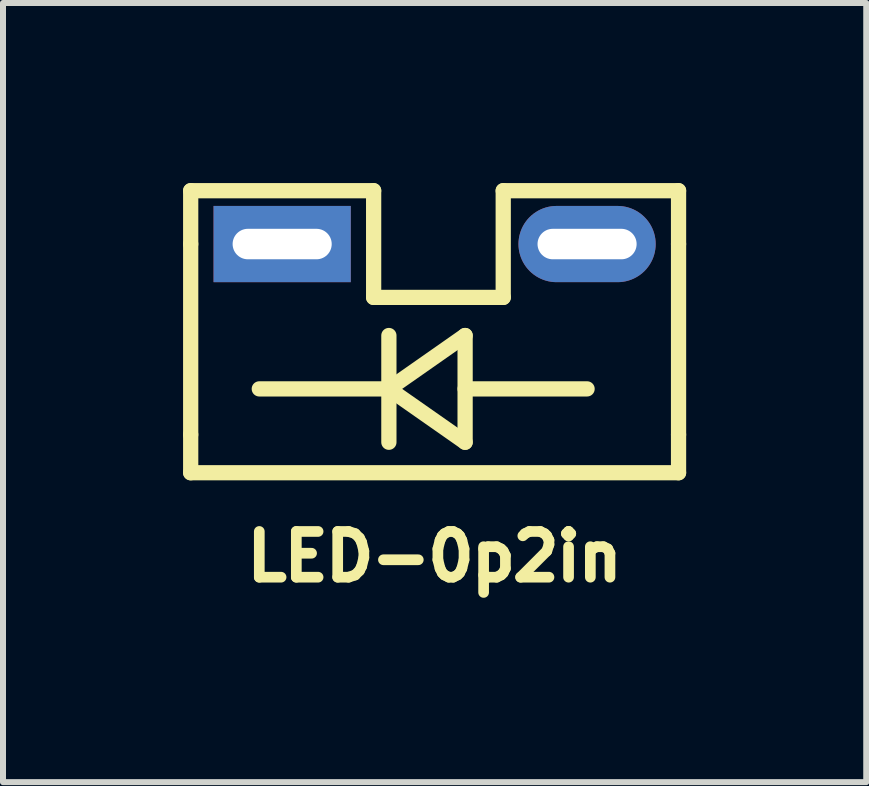
<source format=kicad_pcb>
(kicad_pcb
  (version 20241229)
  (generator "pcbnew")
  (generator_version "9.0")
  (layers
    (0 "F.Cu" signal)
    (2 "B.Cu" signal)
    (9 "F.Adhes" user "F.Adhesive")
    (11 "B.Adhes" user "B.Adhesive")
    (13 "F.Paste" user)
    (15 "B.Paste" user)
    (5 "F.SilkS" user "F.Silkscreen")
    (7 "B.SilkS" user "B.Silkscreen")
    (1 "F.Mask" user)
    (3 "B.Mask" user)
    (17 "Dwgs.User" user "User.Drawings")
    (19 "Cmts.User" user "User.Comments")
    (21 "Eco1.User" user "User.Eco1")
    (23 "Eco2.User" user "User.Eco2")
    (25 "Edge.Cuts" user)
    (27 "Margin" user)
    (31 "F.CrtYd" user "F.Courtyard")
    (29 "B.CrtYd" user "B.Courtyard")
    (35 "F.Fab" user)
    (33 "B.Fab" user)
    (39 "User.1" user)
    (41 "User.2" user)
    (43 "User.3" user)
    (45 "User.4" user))
  (footprint "LED-0p2in"
    (layer "F.Cu")
    (at 4.191 1.016)
    (property "Reference" "LED-0p2in" (at 0 5.207 0) (layer "F.SilkS") (effects (font (size 0.762 0.762) (thickness 0.178))))
    (attr through_hole)
    (fp_line (start -4.064 -0.889) (end -1.016 -0.889) (stroke (width 0.254) (type solid)) (layer "F.SilkS"))
    (fp_line (start -4.064 0) (end -4.064 -0.889) (stroke (width 0.254) (type solid)) (layer "F.SilkS"))
    (fp_line (start -4.064 0) (end -4.064 3.175) (stroke (width 0.254) (type solid)) (layer "F.SilkS"))
    (fp_line (start -4.064 3.175) (end -4.064 3.81) (stroke (width 0.254) (type solid)) (layer "F.SilkS"))
    (fp_line (start -4.064 3.81) (end 4.064 3.81) (stroke (width 0.254) (type solid)) (layer "F.SilkS"))
    (fp_line (start -1.016 -0.889) (end -1.016 0.889) (stroke (width 0.254) (type solid)) (layer "F.SilkS"))
    (fp_line (start -1.016 0.889) (end 1.143 0.889) (stroke (width 0.254) (type solid)) (layer "F.SilkS"))
    (fp_line (start -0.762 1.524) (end -0.762 3.302) (stroke (width 0.254) (type solid)) (layer "F.SilkS"))
    (fp_line (start -0.762 2.413) (end -2.921 2.413) (stroke (width 0.254) (type solid)) (layer "F.SilkS"))
    (fp_line (start -0.762 2.413) (end 0.508 1.524) (stroke (width 0.254) (type solid)) (layer "F.SilkS"))
    (fp_line (start 0.508 1.524) (end 0.508 3.302) (stroke (width 0.254) (type solid)) (layer "F.SilkS"))
    (fp_line (start 0.508 2.413) (end 2.54 2.413) (stroke (width 0.254) (type solid)) (layer "F.SilkS"))
    (fp_line (start 0.508 3.302) (end -0.762 2.413) (stroke (width 0.254) (type solid)) (layer "F.SilkS"))
    (fp_line (start 1.143 -0.889) (end 4.064 -0.889) (stroke (width 0.254) (type solid)) (layer "F.SilkS"))
    (fp_line (start 1.143 0.889) (end 1.143 -0.889) (stroke (width 0.254) (type solid)) (layer "F.SilkS"))
    (fp_line (start 4.064 -0.889) (end 4.064 0) (stroke (width 0.254) (type solid)) (layer "F.SilkS"))
    (fp_line (start 4.064 3.175) (end 4.064 0) (stroke (width 0.254) (type solid)) (layer "F.SilkS"))
    (fp_line (start 4.064 3.81) (end 4.064 3.175) (stroke (width 0.254) (type solid)) (layer "F.SilkS"))
    (pad "1" thru_hole rect (at -2.54 0) (size 2.286 1.27) (drill oval 1.651 0.508) (layers "*.Cu" "*.Mask"))
    (pad "2" thru_hole oval (at 2.54 0) (size 2.286 1.27) (drill oval 1.651 0.508) (layers "*.Cu" "*.Mask")))
  (gr_rect
    (start -3 -3)
    (end 11.382 9.981)
    (stroke (width 0.1) (type default))
    (fill no)
    (layer "Edge.Cuts")))
</source>
